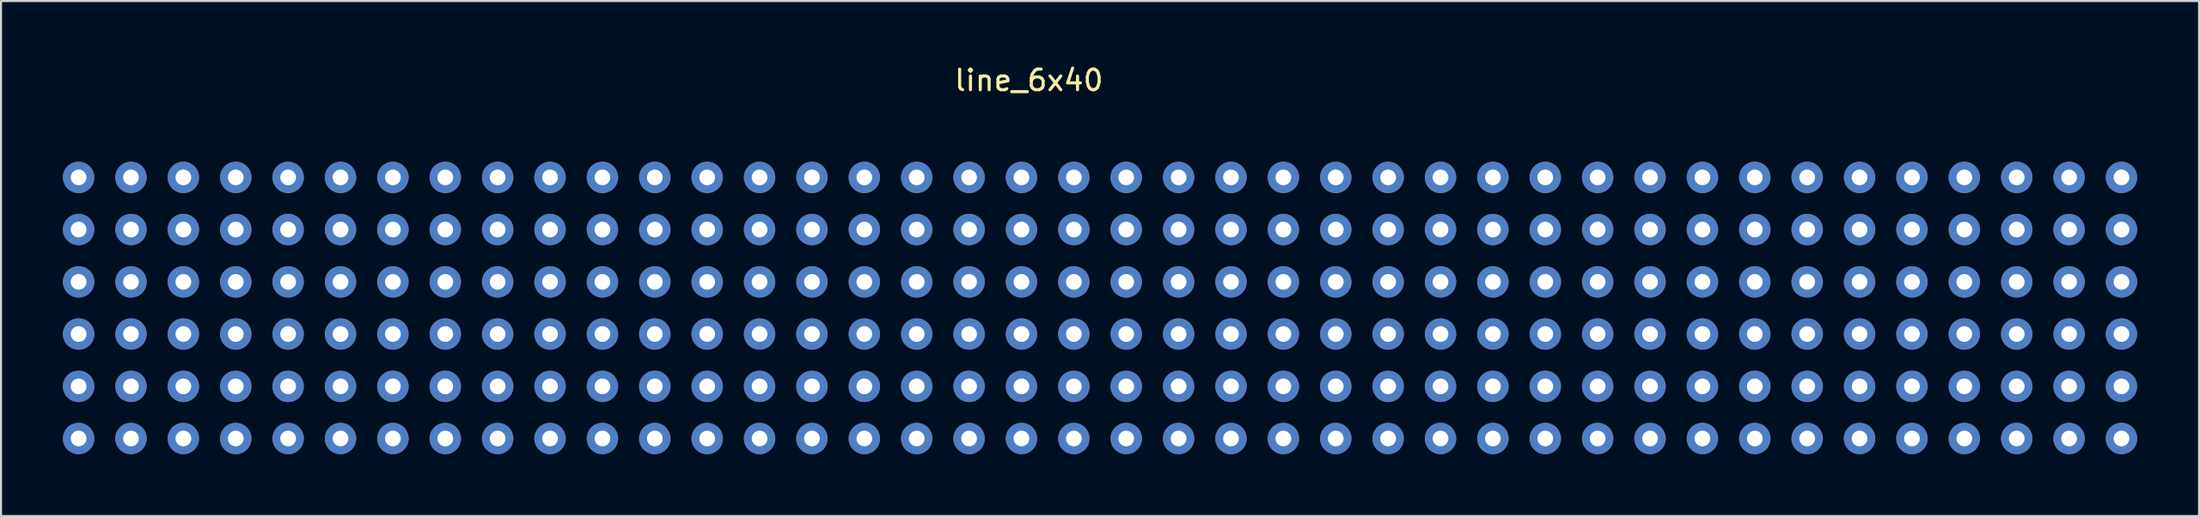
<source format=kicad_pcb>
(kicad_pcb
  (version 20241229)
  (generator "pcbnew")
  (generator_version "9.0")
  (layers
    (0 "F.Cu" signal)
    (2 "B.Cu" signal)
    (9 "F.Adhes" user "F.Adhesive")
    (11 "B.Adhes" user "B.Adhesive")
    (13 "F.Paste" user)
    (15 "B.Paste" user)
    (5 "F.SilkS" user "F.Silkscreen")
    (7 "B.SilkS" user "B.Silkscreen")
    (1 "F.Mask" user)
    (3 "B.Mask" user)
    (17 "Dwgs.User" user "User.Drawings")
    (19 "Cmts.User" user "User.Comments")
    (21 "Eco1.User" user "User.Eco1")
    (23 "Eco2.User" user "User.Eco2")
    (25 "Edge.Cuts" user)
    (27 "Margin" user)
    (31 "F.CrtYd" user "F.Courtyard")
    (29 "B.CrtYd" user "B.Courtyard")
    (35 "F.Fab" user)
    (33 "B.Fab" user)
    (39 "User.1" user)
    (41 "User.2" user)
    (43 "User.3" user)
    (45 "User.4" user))
  (footprint "line_6x40"
    (layer "F.Cu")
    (at 46.842 0.348)
    (property "Reference" "line_6x40" (at 0 0.5 0) (layer "F.SilkS") (effects (font (size 1 1) (thickness 0.15))))
    (attr through_hole)
    (pad "1" thru_hole circle (at -46.08 5.21) (size 1.524 1.524) (drill 0.762) (layers "*.Cu" "*.Mask"))
    (pad "1" thru_hole circle (at -46.08 7.74) (size 1.524 1.524) (drill 0.762) (layers "*.Cu" "*.Mask"))
    (pad "1" thru_hole circle (at -46.08 10.28) (size 1.524 1.524) (drill 0.762) (layers "*.Cu" "*.Mask"))
    (pad "1" thru_hole circle (at -46.08 12.81) (size 1.524 1.524) (drill 0.762) (layers "*.Cu" "*.Mask"))
    (pad "1" thru_hole circle (at -46.08 15.35) (size 1.524 1.524) (drill 0.762) (layers "*.Cu" "*.Mask"))
    (pad "1" thru_hole circle (at -46.08 17.88) (size 1.524 1.524) (drill 0.762) (layers "*.Cu" "*.Mask"))
    (pad "2" thru_hole circle (at -43.54 5.21) (size 1.524 1.524) (drill 0.762) (layers "*.Cu" "*.Mask"))
    (pad "2" thru_hole circle (at -43.54 7.74) (size 1.524 1.524) (drill 0.762) (layers "*.Cu" "*.Mask"))
    (pad "2" thru_hole circle (at -43.54 10.28) (size 1.524 1.524) (drill 0.762) (layers "*.Cu" "*.Mask"))
    (pad "2" thru_hole circle (at -43.54 12.81) (size 1.524 1.524) (drill 0.762) (layers "*.Cu" "*.Mask"))
    (pad "2" thru_hole circle (at -43.54 15.35) (size 1.524 1.524) (drill 0.762) (layers "*.Cu" "*.Mask"))
    (pad "2" thru_hole circle (at -43.54 17.88) (size 1.524 1.524) (drill 0.762) (layers "*.Cu" "*.Mask"))
    (pad "3" thru_hole circle (at -41 5.21) (size 1.524 1.524) (drill 0.762) (layers "*.Cu" "*.Mask"))
    (pad "3" thru_hole circle (at -41 7.74) (size 1.524 1.524) (drill 0.762) (layers "*.Cu" "*.Mask"))
    (pad "3" thru_hole circle (at -41 10.28) (size 1.524 1.524) (drill 0.762) (layers "*.Cu" "*.Mask"))
    (pad "3" thru_hole circle (at -41 12.81) (size 1.524 1.524) (drill 0.762) (layers "*.Cu" "*.Mask"))
    (pad "3" thru_hole circle (at -41 15.35) (size 1.524 1.524) (drill 0.762) (layers "*.Cu" "*.Mask"))
    (pad "3" thru_hole circle (at -41 17.88) (size 1.524 1.524) (drill 0.762) (layers "*.Cu" "*.Mask"))
    (pad "4" thru_hole circle (at -38.46 5.21) (size 1.524 1.524) (drill 0.762) (layers "*.Cu" "*.Mask"))
    (pad "4" thru_hole circle (at -38.46 7.74) (size 1.524 1.524) (drill 0.762) (layers "*.Cu" "*.Mask"))
    (pad "4" thru_hole circle (at -38.46 10.28) (size 1.524 1.524) (drill 0.762) (layers "*.Cu" "*.Mask"))
    (pad "4" thru_hole circle (at -38.46 12.81) (size 1.524 1.524) (drill 0.762) (layers "*.Cu" "*.Mask"))
    (pad "4" thru_hole circle (at -38.46 15.35) (size 1.524 1.524) (drill 0.762) (layers "*.Cu" "*.Mask"))
    (pad "4" thru_hole circle (at -38.46 17.88) (size 1.524 1.524) (drill 0.762) (layers "*.Cu" "*.Mask"))
    (pad "5" thru_hole circle (at -35.92 5.21) (size 1.524 1.524) (drill 0.762) (layers "*.Cu" "*.Mask"))
    (pad "5" thru_hole circle (at -35.92 7.74) (size 1.524 1.524) (drill 0.762) (layers "*.Cu" "*.Mask"))
    (pad "5" thru_hole circle (at -35.92 10.28) (size 1.524 1.524) (drill 0.762) (layers "*.Cu" "*.Mask"))
    (pad "5" thru_hole circle (at -35.92 12.81) (size 1.524 1.524) (drill 0.762) (layers "*.Cu" "*.Mask"))
    (pad "5" thru_hole circle (at -35.92 15.35) (size 1.524 1.524) (drill 0.762) (layers "*.Cu" "*.Mask"))
    (pad "5" thru_hole circle (at -35.92 17.88) (size 1.524 1.524) (drill 0.762) (layers "*.Cu" "*.Mask"))
    (pad "6" thru_hole circle (at -33.38 5.21) (size 1.524 1.524) (drill 0.762) (layers "*.Cu" "*.Mask"))
    (pad "6" thru_hole circle (at -33.38 7.74) (size 1.524 1.524) (drill 0.762) (layers "*.Cu" "*.Mask"))
    (pad "6" thru_hole circle (at -33.38 10.28) (size 1.524 1.524) (drill 0.762) (layers "*.Cu" "*.Mask"))
    (pad "6" thru_hole circle (at -33.38 12.81) (size 1.524 1.524) (drill 0.762) (layers "*.Cu" "*.Mask"))
    (pad "6" thru_hole circle (at -33.38 15.35) (size 1.524 1.524) (drill 0.762) (layers "*.Cu" "*.Mask"))
    (pad "6" thru_hole circle (at -33.38 17.88) (size 1.524 1.524) (drill 0.762) (layers "*.Cu" "*.Mask"))
    (pad "7" thru_hole circle (at -30.84 5.21) (size 1.524 1.524) (drill 0.762) (layers "*.Cu" "*.Mask"))
    (pad "7" thru_hole circle (at -30.84 7.74) (size 1.524 1.524) (drill 0.762) (layers "*.Cu" "*.Mask"))
    (pad "7" thru_hole circle (at -30.84 10.28) (size 1.524 1.524) (drill 0.762) (layers "*.Cu" "*.Mask"))
    (pad "7" thru_hole circle (at -30.84 12.81) (size 1.524 1.524) (drill 0.762) (layers "*.Cu" "*.Mask"))
    (pad "7" thru_hole circle (at -30.84 15.35) (size 1.524 1.524) (drill 0.762) (layers "*.Cu" "*.Mask"))
    (pad "7" thru_hole circle (at -30.84 17.88) (size 1.524 1.524) (drill 0.762) (layers "*.Cu" "*.Mask"))
    (pad "8" thru_hole circle (at -28.3 5.21) (size 1.524 1.524) (drill 0.762) (layers "*.Cu" "*.Mask"))
    (pad "8" thru_hole circle (at -28.3 7.74) (size 1.524 1.524) (drill 0.762) (layers "*.Cu" "*.Mask"))
    (pad "8" thru_hole circle (at -28.3 10.28) (size 1.524 1.524) (drill 0.762) (layers "*.Cu" "*.Mask"))
    (pad "8" thru_hole circle (at -28.3 12.81) (size 1.524 1.524) (drill 0.762) (layers "*.Cu" "*.Mask"))
    (pad "8" thru_hole circle (at -28.3 15.35) (size 1.524 1.524) (drill 0.762) (layers "*.Cu" "*.Mask"))
    (pad "8" thru_hole circle (at -28.3 17.88) (size 1.524 1.524) (drill 0.762) (layers "*.Cu" "*.Mask"))
    (pad "9" thru_hole circle (at -25.76 5.21) (size 1.524 1.524) (drill 0.762) (layers "*.Cu" "*.Mask"))
    (pad "9" thru_hole circle (at -25.76 7.74) (size 1.524 1.524) (drill 0.762) (layers "*.Cu" "*.Mask"))
    (pad "9" thru_hole circle (at -25.76 10.28) (size 1.524 1.524) (drill 0.762) (layers "*.Cu" "*.Mask"))
    (pad "9" thru_hole circle (at -25.76 12.81) (size 1.524 1.524) (drill 0.762) (layers "*.Cu" "*.Mask"))
    (pad "9" thru_hole circle (at -25.76 15.35) (size 1.524 1.524) (drill 0.762) (layers "*.Cu" "*.Mask"))
    (pad "9" thru_hole circle (at -25.76 17.88) (size 1.524 1.524) (drill 0.762) (layers "*.Cu" "*.Mask"))
    (pad "10" thru_hole circle (at -23.22 5.21) (size 1.524 1.524) (drill 0.762) (layers "*.Cu" "*.Mask"))
    (pad "10" thru_hole circle (at -23.22 7.74) (size 1.524 1.524) (drill 0.762) (layers "*.Cu" "*.Mask"))
    (pad "10" thru_hole circle (at -23.22 10.28) (size 1.524 1.524) (drill 0.762) (layers "*.Cu" "*.Mask"))
    (pad "10" thru_hole circle (at -23.22 12.81) (size 1.524 1.524) (drill 0.762) (layers "*.Cu" "*.Mask"))
    (pad "10" thru_hole circle (at -23.22 15.35) (size 1.524 1.524) (drill 0.762) (layers "*.Cu" "*.Mask"))
    (pad "10" thru_hole circle (at -23.22 17.88) (size 1.524 1.524) (drill 0.762) (layers "*.Cu" "*.Mask"))
    (pad "11" thru_hole circle (at -20.68 5.21) (size 1.524 1.524) (drill 0.762) (layers "*.Cu" "*.Mask"))
    (pad "11" thru_hole circle (at -20.68 7.74) (size 1.524 1.524) (drill 0.762) (layers "*.Cu" "*.Mask"))
    (pad "11" thru_hole circle (at -20.68 10.28) (size 1.524 1.524) (drill 0.762) (layers "*.Cu" "*.Mask"))
    (pad "11" thru_hole circle (at -20.68 12.81) (size 1.524 1.524) (drill 0.762) (layers "*.Cu" "*.Mask"))
    (pad "11" thru_hole circle (at -20.68 15.35) (size 1.524 1.524) (drill 0.762) (layers "*.Cu" "*.Mask"))
    (pad "11" thru_hole circle (at -20.68 17.88) (size 1.524 1.524) (drill 0.762) (layers "*.Cu" "*.Mask"))
    (pad "12" thru_hole circle (at -18.14 5.21) (size 1.524 1.524) (drill 0.762) (layers "*.Cu" "*.Mask"))
    (pad "12" thru_hole circle (at -18.14 7.74) (size 1.524 1.524) (drill 0.762) (layers "*.Cu" "*.Mask"))
    (pad "12" thru_hole circle (at -18.14 10.28) (size 1.524 1.524) (drill 0.762) (layers "*.Cu" "*.Mask"))
    (pad "12" thru_hole circle (at -18.14 12.81) (size 1.524 1.524) (drill 0.762) (layers "*.Cu" "*.Mask"))
    (pad "12" thru_hole circle (at -18.14 15.35) (size 1.524 1.524) (drill 0.762) (layers "*.Cu" "*.Mask"))
    (pad "12" thru_hole circle (at -18.14 17.88) (size 1.524 1.524) (drill 0.762) (layers "*.Cu" "*.Mask"))
    (pad "13" thru_hole circle (at -15.6 5.21) (size 1.524 1.524) (drill 0.762) (layers "*.Cu" "*.Mask"))
    (pad "13" thru_hole circle (at -15.6 7.74) (size 1.524 1.524) (drill 0.762) (layers "*.Cu" "*.Mask"))
    (pad "13" thru_hole circle (at -15.6 10.28) (size 1.524 1.524) (drill 0.762) (layers "*.Cu" "*.Mask"))
    (pad "13" thru_hole circle (at -15.6 12.81) (size 1.524 1.524) (drill 0.762) (layers "*.Cu" "*.Mask"))
    (pad "13" thru_hole circle (at -15.6 15.35) (size 1.524 1.524) (drill 0.762) (layers "*.Cu" "*.Mask"))
    (pad "13" thru_hole circle (at -15.6 17.88) (size 1.524 1.524) (drill 0.762) (layers "*.Cu" "*.Mask"))
    (pad "14" thru_hole circle (at -13.06 5.21) (size 1.524 1.524) (drill 0.762) (layers "*.Cu" "*.Mask"))
    (pad "14" thru_hole circle (at -13.06 7.74) (size 1.524 1.524) (drill 0.762) (layers "*.Cu" "*.Mask"))
    (pad "14" thru_hole circle (at -13.06 10.28) (size 1.524 1.524) (drill 0.762) (layers "*.Cu" "*.Mask"))
    (pad "14" thru_hole circle (at -13.06 12.81) (size 1.524 1.524) (drill 0.762) (layers "*.Cu" "*.Mask"))
    (pad "14" thru_hole circle (at -13.06 15.35) (size 1.524 1.524) (drill 0.762) (layers "*.Cu" "*.Mask"))
    (pad "14" thru_hole circle (at -13.06 17.88) (size 1.524 1.524) (drill 0.762) (layers "*.Cu" "*.Mask"))
    (pad "15" thru_hole circle (at -10.52 5.21) (size 1.524 1.524) (drill 0.762) (layers "*.Cu" "*.Mask"))
    (pad "15" thru_hole circle (at -10.52 7.74) (size 1.524 1.524) (drill 0.762) (layers "*.Cu" "*.Mask"))
    (pad "15" thru_hole circle (at -10.52 10.28) (size 1.524 1.524) (drill 0.762) (layers "*.Cu" "*.Mask"))
    (pad "15" thru_hole circle (at -10.52 12.81) (size 1.524 1.524) (drill 0.762) (layers "*.Cu" "*.Mask"))
    (pad "15" thru_hole circle (at -10.52 15.35) (size 1.524 1.524) (drill 0.762) (layers "*.Cu" "*.Mask"))
    (pad "15" thru_hole circle (at -10.52 17.88) (size 1.524 1.524) (drill 0.762) (layers "*.Cu" "*.Mask"))
    (pad "16" thru_hole circle (at -7.98 5.21) (size 1.524 1.524) (drill 0.762) (layers "*.Cu" "*.Mask"))
    (pad "16" thru_hole circle (at -7.98 7.74) (size 1.524 1.524) (drill 0.762) (layers "*.Cu" "*.Mask"))
    (pad "16" thru_hole circle (at -7.98 10.28) (size 1.524 1.524) (drill 0.762) (layers "*.Cu" "*.Mask"))
    (pad "16" thru_hole circle (at -7.98 12.81) (size 1.524 1.524) (drill 0.762) (layers "*.Cu" "*.Mask"))
    (pad "16" thru_hole circle (at -7.98 15.35) (size 1.524 1.524) (drill 0.762) (layers "*.Cu" "*.Mask"))
    (pad "16" thru_hole circle (at -7.98 17.88) (size 1.524 1.524) (drill 0.762) (layers "*.Cu" "*.Mask"))
    (pad "17" thru_hole circle (at -5.44 5.21) (size 1.524 1.524) (drill 0.762) (layers "*.Cu" "*.Mask"))
    (pad "17" thru_hole circle (at -5.44 7.74) (size 1.524 1.524) (drill 0.762) (layers "*.Cu" "*.Mask"))
    (pad "17" thru_hole circle (at -5.44 10.28) (size 1.524 1.524) (drill 0.762) (layers "*.Cu" "*.Mask"))
    (pad "17" thru_hole circle (at -5.44 12.81) (size 1.524 1.524) (drill 0.762) (layers "*.Cu" "*.Mask"))
    (pad "17" thru_hole circle (at -5.44 15.35) (size 1.524 1.524) (drill 0.762) (layers "*.Cu" "*.Mask"))
    (pad "17" thru_hole circle (at -5.44 17.88) (size 1.524 1.524) (drill 0.762) (layers "*.Cu" "*.Mask"))
    (pad "18" thru_hole circle (at -2.9 5.21) (size 1.524 1.524) (drill 0.762) (layers "*.Cu" "*.Mask"))
    (pad "18" thru_hole circle (at -2.9 7.74) (size 1.524 1.524) (drill 0.762) (layers "*.Cu" "*.Mask"))
    (pad "18" thru_hole circle (at -2.9 10.28) (size 1.524 1.524) (drill 0.762) (layers "*.Cu" "*.Mask"))
    (pad "18" thru_hole circle (at -2.9 12.81) (size 1.524 1.524) (drill 0.762) (layers "*.Cu" "*.Mask"))
    (pad "18" thru_hole circle (at -2.9 15.35) (size 1.524 1.524) (drill 0.762) (layers "*.Cu" "*.Mask"))
    (pad "18" thru_hole circle (at -2.9 17.88) (size 1.524 1.524) (drill 0.762) (layers "*.Cu" "*.Mask"))
    (pad "19" thru_hole circle (at -0.36 5.21) (size 1.524 1.524) (drill 0.762) (layers "*.Cu" "*.Mask"))
    (pad "19" thru_hole circle (at -0.36 7.74) (size 1.524 1.524) (drill 0.762) (layers "*.Cu" "*.Mask"))
    (pad "19" thru_hole circle (at -0.36 10.28) (size 1.524 1.524) (drill 0.762) (layers "*.Cu" "*.Mask"))
    (pad "19" thru_hole circle (at -0.36 12.81) (size 1.524 1.524) (drill 0.762) (layers "*.Cu" "*.Mask"))
    (pad "19" thru_hole circle (at -0.36 15.35) (size 1.524 1.524) (drill 0.762) (layers "*.Cu" "*.Mask"))
    (pad "19" thru_hole circle (at -0.36 17.88) (size 1.524 1.524) (drill 0.762) (layers "*.Cu" "*.Mask"))
    (pad "20" thru_hole circle (at 2.18 5.21) (size 1.524 1.524) (drill 0.762) (layers "*.Cu" "*.Mask"))
    (pad "20" thru_hole circle (at 2.18 7.74) (size 1.524 1.524) (drill 0.762) (layers "*.Cu" "*.Mask"))
    (pad "20" thru_hole circle (at 2.18 10.28) (size 1.524 1.524) (drill 0.762) (layers "*.Cu" "*.Mask"))
    (pad "20" thru_hole circle (at 2.18 12.81) (size 1.524 1.524) (drill 0.762) (layers "*.Cu" "*.Mask"))
    (pad "20" thru_hole circle (at 2.18 15.35) (size 1.524 1.524) (drill 0.762) (layers "*.Cu" "*.Mask"))
    (pad "20" thru_hole circle (at 2.18 17.88) (size 1.524 1.524) (drill 0.762) (layers "*.Cu" "*.Mask"))
    (pad "21" thru_hole circle (at 4.72 5.21) (size 1.524 1.524) (drill 0.762) (layers "*.Cu" "*.Mask"))
    (pad "21" thru_hole circle (at 4.72 7.74) (size 1.524 1.524) (drill 0.762) (layers "*.Cu" "*.Mask"))
    (pad "21" thru_hole circle (at 4.72 10.28) (size 1.524 1.524) (drill 0.762) (layers "*.Cu" "*.Mask"))
    (pad "21" thru_hole circle (at 4.72 12.81) (size 1.524 1.524) (drill 0.762) (layers "*.Cu" "*.Mask"))
    (pad "21" thru_hole circle (at 4.72 15.35) (size 1.524 1.524) (drill 0.762) (layers "*.Cu" "*.Mask"))
    (pad "21" thru_hole circle (at 4.72 17.88) (size 1.524 1.524) (drill 0.762) (layers "*.Cu" "*.Mask"))
    (pad "22" thru_hole circle (at 7.26 5.21) (size 1.524 1.524) (drill 0.762) (layers "*.Cu" "*.Mask"))
    (pad "22" thru_hole circle (at 7.26 7.74) (size 1.524 1.524) (drill 0.762) (layers "*.Cu" "*.Mask"))
    (pad "22" thru_hole circle (at 7.26 10.28) (size 1.524 1.524) (drill 0.762) (layers "*.Cu" "*.Mask"))
    (pad "22" thru_hole circle (at 7.26 12.81) (size 1.524 1.524) (drill 0.762) (layers "*.Cu" "*.Mask"))
    (pad "22" thru_hole circle (at 7.26 15.35) (size 1.524 1.524) (drill 0.762) (layers "*.Cu" "*.Mask"))
    (pad "22" thru_hole circle (at 7.26 17.88) (size 1.524 1.524) (drill 0.762) (layers "*.Cu" "*.Mask"))
    (pad "23" thru_hole circle (at 9.8 5.21) (size 1.524 1.524) (drill 0.762) (layers "*.Cu" "*.Mask"))
    (pad "23" thru_hole circle (at 9.8 7.74) (size 1.524 1.524) (drill 0.762) (layers "*.Cu" "*.Mask"))
    (pad "23" thru_hole circle (at 9.8 10.28) (size 1.524 1.524) (drill 0.762) (layers "*.Cu" "*.Mask"))
    (pad "23" thru_hole circle (at 9.8 12.81) (size 1.524 1.524) (drill 0.762) (layers "*.Cu" "*.Mask"))
    (pad "23" thru_hole circle (at 9.8 15.35) (size 1.524 1.524) (drill 0.762) (layers "*.Cu" "*.Mask"))
    (pad "23" thru_hole circle (at 9.8 17.88) (size 1.524 1.524) (drill 0.762) (layers "*.Cu" "*.Mask"))
    (pad "24" thru_hole circle (at 12.34 5.21) (size 1.524 1.524) (drill 0.762) (layers "*.Cu" "*.Mask"))
    (pad "24" thru_hole circle (at 12.34 7.74) (size 1.524 1.524) (drill 0.762) (layers "*.Cu" "*.Mask"))
    (pad "24" thru_hole circle (at 12.34 10.28) (size 1.524 1.524) (drill 0.762) (layers "*.Cu" "*.Mask"))
    (pad "24" thru_hole circle (at 12.34 12.81) (size 1.524 1.524) (drill 0.762) (layers "*.Cu" "*.Mask"))
    (pad "24" thru_hole circle (at 12.34 15.35) (size 1.524 1.524) (drill 0.762) (layers "*.Cu" "*.Mask"))
    (pad "24" thru_hole circle (at 12.34 17.88) (size 1.524 1.524) (drill 0.762) (layers "*.Cu" "*.Mask"))
    (pad "25" thru_hole circle (at 14.88 5.21) (size 1.524 1.524) (drill 0.762) (layers "*.Cu" "*.Mask"))
    (pad "25" thru_hole circle (at 14.88 7.74) (size 1.524 1.524) (drill 0.762) (layers "*.Cu" "*.Mask"))
    (pad "25" thru_hole circle (at 14.88 10.28) (size 1.524 1.524) (drill 0.762) (layers "*.Cu" "*.Mask"))
    (pad "25" thru_hole circle (at 14.88 12.81) (size 1.524 1.524) (drill 0.762) (layers "*.Cu" "*.Mask"))
    (pad "25" thru_hole circle (at 14.88 15.35) (size 1.524 1.524) (drill 0.762) (layers "*.Cu" "*.Mask"))
    (pad "25" thru_hole circle (at 14.88 17.88) (size 1.524 1.524) (drill 0.762) (layers "*.Cu" "*.Mask"))
    (pad "26" thru_hole circle (at 17.42 5.21) (size 1.524 1.524) (drill 0.762) (layers "*.Cu" "*.Mask"))
    (pad "26" thru_hole circle (at 17.42 7.74) (size 1.524 1.524) (drill 0.762) (layers "*.Cu" "*.Mask"))
    (pad "26" thru_hole circle (at 17.42 10.28) (size 1.524 1.524) (drill 0.762) (layers "*.Cu" "*.Mask"))
    (pad "26" thru_hole circle (at 17.42 12.81) (size 1.524 1.524) (drill 0.762) (layers "*.Cu" "*.Mask"))
    (pad "26" thru_hole circle (at 17.42 15.35) (size 1.524 1.524) (drill 0.762) (layers "*.Cu" "*.Mask"))
    (pad "26" thru_hole circle (at 17.42 17.88) (size 1.524 1.524) (drill 0.762) (layers "*.Cu" "*.Mask"))
    (pad "27" thru_hole circle (at 19.96 5.21) (size 1.524 1.524) (drill 0.762) (layers "*.Cu" "*.Mask"))
    (pad "27" thru_hole circle (at 19.96 7.74) (size 1.524 1.524) (drill 0.762) (layers "*.Cu" "*.Mask"))
    (pad "27" thru_hole circle (at 19.96 10.28) (size 1.524 1.524) (drill 0.762) (layers "*.Cu" "*.Mask"))
    (pad "27" thru_hole circle (at 19.96 12.81) (size 1.524 1.524) (drill 0.762) (layers "*.Cu" "*.Mask"))
    (pad "27" thru_hole circle (at 19.96 15.35) (size 1.524 1.524) (drill 0.762) (layers "*.Cu" "*.Mask"))
    (pad "27" thru_hole circle (at 19.96 17.88) (size 1.524 1.524) (drill 0.762) (layers "*.Cu" "*.Mask"))
    (pad "28" thru_hole circle (at 22.5 5.21) (size 1.524 1.524) (drill 0.762) (layers "*.Cu" "*.Mask"))
    (pad "28" thru_hole circle (at 22.5 7.74) (size 1.524 1.524) (drill 0.762) (layers "*.Cu" "*.Mask"))
    (pad "28" thru_hole circle (at 22.5 10.28) (size 1.524 1.524) (drill 0.762) (layers "*.Cu" "*.Mask"))
    (pad "28" thru_hole circle (at 22.5 12.81) (size 1.524 1.524) (drill 0.762) (layers "*.Cu" "*.Mask"))
    (pad "28" thru_hole circle (at 22.5 15.35) (size 1.524 1.524) (drill 0.762) (layers "*.Cu" "*.Mask"))
    (pad "28" thru_hole circle (at 22.5 17.88) (size 1.524 1.524) (drill 0.762) (layers "*.Cu" "*.Mask"))
    (pad "29" thru_hole circle (at 25.04 5.21) (size 1.524 1.524) (drill 0.762) (layers "*.Cu" "*.Mask"))
    (pad "29" thru_hole circle (at 25.04 7.74) (size 1.524 1.524) (drill 0.762) (layers "*.Cu" "*.Mask"))
    (pad "29" thru_hole circle (at 25.04 10.28) (size 1.524 1.524) (drill 0.762) (layers "*.Cu" "*.Mask"))
    (pad "29" thru_hole circle (at 25.04 12.81) (size 1.524 1.524) (drill 0.762) (layers "*.Cu" "*.Mask"))
    (pad "29" thru_hole circle (at 25.04 15.35) (size 1.524 1.524) (drill 0.762) (layers "*.Cu" "*.Mask"))
    (pad "29" thru_hole circle (at 25.04 17.88) (size 1.524 1.524) (drill 0.762) (layers "*.Cu" "*.Mask"))
    (pad "30" thru_hole circle (at 27.58 5.21) (size 1.524 1.524) (drill 0.762) (layers "*.Cu" "*.Mask"))
    (pad "30" thru_hole circle (at 27.58 7.74) (size 1.524 1.524) (drill 0.762) (layers "*.Cu" "*.Mask"))
    (pad "30" thru_hole circle (at 27.58 10.28) (size 1.524 1.524) (drill 0.762) (layers "*.Cu" "*.Mask"))
    (pad "30" thru_hole circle (at 27.58 12.81) (size 1.524 1.524) (drill 0.762) (layers "*.Cu" "*.Mask"))
    (pad "30" thru_hole circle (at 27.58 15.35) (size 1.524 1.524) (drill 0.762) (layers "*.Cu" "*.Mask"))
    (pad "30" thru_hole circle (at 27.58 17.88) (size 1.524 1.524) (drill 0.762) (layers "*.Cu" "*.Mask"))
    (pad "31" thru_hole circle (at 30.12 5.21) (size 1.524 1.524) (drill 0.762) (layers "*.Cu" "*.Mask"))
    (pad "31" thru_hole circle (at 30.12 7.74) (size 1.524 1.524) (drill 0.762) (layers "*.Cu" "*.Mask"))
    (pad "31" thru_hole circle (at 30.12 10.28) (size 1.524 1.524) (drill 0.762) (layers "*.Cu" "*.Mask"))
    (pad "31" thru_hole circle (at 30.12 12.81) (size 1.524 1.524) (drill 0.762) (layers "*.Cu" "*.Mask"))
    (pad "31" thru_hole circle (at 30.12 15.35) (size 1.524 1.524) (drill 0.762) (layers "*.Cu" "*.Mask"))
    (pad "31" thru_hole circle (at 30.12 17.88) (size 1.524 1.524) (drill 0.762) (layers "*.Cu" "*.Mask"))
    (pad "32" thru_hole circle (at 32.66 5.21) (size 1.524 1.524) (drill 0.762) (layers "*.Cu" "*.Mask"))
    (pad "32" thru_hole circle (at 32.66 7.74) (size 1.524 1.524) (drill 0.762) (layers "*.Cu" "*.Mask"))
    (pad "32" thru_hole circle (at 32.66 10.28) (size 1.524 1.524) (drill 0.762) (layers "*.Cu" "*.Mask"))
    (pad "32" thru_hole circle (at 32.66 12.81) (size 1.524 1.524) (drill 0.762) (layers "*.Cu" "*.Mask"))
    (pad "32" thru_hole circle (at 32.66 15.35) (size 1.524 1.524) (drill 0.762) (layers "*.Cu" "*.Mask"))
    (pad "32" thru_hole circle (at 32.66 17.88) (size 1.524 1.524) (drill 0.762) (layers "*.Cu" "*.Mask"))
    (pad "33" thru_hole circle (at 35.2 5.21) (size 1.524 1.524) (drill 0.762) (layers "*.Cu" "*.Mask"))
    (pad "33" thru_hole circle (at 35.2 7.74) (size 1.524 1.524) (drill 0.762) (layers "*.Cu" "*.Mask"))
    (pad "33" thru_hole circle (at 35.2 10.28) (size 1.524 1.524) (drill 0.762) (layers "*.Cu" "*.Mask"))
    (pad "33" thru_hole circle (at 35.2 12.81) (size 1.524 1.524) (drill 0.762) (layers "*.Cu" "*.Mask"))
    (pad "33" thru_hole circle (at 35.2 15.35) (size 1.524 1.524) (drill 0.762) (layers "*.Cu" "*.Mask"))
    (pad "33" thru_hole circle (at 35.2 17.88) (size 1.524 1.524) (drill 0.762) (layers "*.Cu" "*.Mask"))
    (pad "34" thru_hole circle (at 37.74 5.21) (size 1.524 1.524) (drill 0.762) (layers "*.Cu" "*.Mask"))
    (pad "34" thru_hole circle (at 37.74 7.74) (size 1.524 1.524) (drill 0.762) (layers "*.Cu" "*.Mask"))
    (pad "34" thru_hole circle (at 37.74 10.28) (size 1.524 1.524) (drill 0.762) (layers "*.Cu" "*.Mask"))
    (pad "34" thru_hole circle (at 37.74 12.81) (size 1.524 1.524) (drill 0.762) (layers "*.Cu" "*.Mask"))
    (pad "34" thru_hole circle (at 37.74 15.35) (size 1.524 1.524) (drill 0.762) (layers "*.Cu" "*.Mask"))
    (pad "34" thru_hole circle (at 37.74 17.88) (size 1.524 1.524) (drill 0.762) (layers "*.Cu" "*.Mask"))
    (pad "35" thru_hole circle (at 40.28 5.21) (size 1.524 1.524) (drill 0.762) (layers "*.Cu" "*.Mask"))
    (pad "35" thru_hole circle (at 40.28 7.74) (size 1.524 1.524) (drill 0.762) (layers "*.Cu" "*.Mask"))
    (pad "35" thru_hole circle (at 40.28 10.28) (size 1.524 1.524) (drill 0.762) (layers "*.Cu" "*.Mask"))
    (pad "35" thru_hole circle (at 40.28 12.81) (size 1.524 1.524) (drill 0.762) (layers "*.Cu" "*.Mask"))
    (pad "35" thru_hole circle (at 40.28 15.35) (size 1.524 1.524) (drill 0.762) (layers "*.Cu" "*.Mask"))
    (pad "35" thru_hole circle (at 40.28 17.88) (size 1.524 1.524) (drill 0.762) (layers "*.Cu" "*.Mask"))
    (pad "36" thru_hole circle (at 42.82 5.21) (size 1.524 1.524) (drill 0.762) (layers "*.Cu" "*.Mask"))
    (pad "36" thru_hole circle (at 42.82 7.74) (size 1.524 1.524) (drill 0.762) (layers "*.Cu" "*.Mask"))
    (pad "36" thru_hole circle (at 42.82 10.28) (size 1.524 1.524) (drill 0.762) (layers "*.Cu" "*.Mask"))
    (pad "36" thru_hole circle (at 42.82 12.81) (size 1.524 1.524) (drill 0.762) (layers "*.Cu" "*.Mask"))
    (pad "36" thru_hole circle (at 42.82 15.35) (size 1.524 1.524) (drill 0.762) (layers "*.Cu" "*.Mask"))
    (pad "36" thru_hole circle (at 42.82 17.88) (size 1.524 1.524) (drill 0.762) (layers "*.Cu" "*.Mask"))
    (pad "37" thru_hole circle (at 45.36 5.21) (size 1.524 1.524) (drill 0.762) (layers "*.Cu" "*.Mask"))
    (pad "37" thru_hole circle (at 45.36 7.74) (size 1.524 1.524) (drill 0.762) (layers "*.Cu" "*.Mask"))
    (pad "37" thru_hole circle (at 45.36 10.28) (size 1.524 1.524) (drill 0.762) (layers "*.Cu" "*.Mask"))
    (pad "37" thru_hole circle (at 45.36 12.81) (size 1.524 1.524) (drill 0.762) (layers "*.Cu" "*.Mask"))
    (pad "37" thru_hole circle (at 45.36 15.35) (size 1.524 1.524) (drill 0.762) (layers "*.Cu" "*.Mask"))
    (pad "37" thru_hole circle (at 45.36 17.88) (size 1.524 1.524) (drill 0.762) (layers "*.Cu" "*.Mask"))
    (pad "38" thru_hole circle (at 47.9 5.21) (size 1.524 1.524) (drill 0.762) (layers "*.Cu" "*.Mask"))
    (pad "38" thru_hole circle (at 47.9 7.74) (size 1.524 1.524) (drill 0.762) (layers "*.Cu" "*.Mask"))
    (pad "38" thru_hole circle (at 47.9 10.28) (size 1.524 1.524) (drill 0.762) (layers "*.Cu" "*.Mask"))
    (pad "38" thru_hole circle (at 47.9 12.81) (size 1.524 1.524) (drill 0.762) (layers "*.Cu" "*.Mask"))
    (pad "38" thru_hole circle (at 47.9 15.35) (size 1.524 1.524) (drill 0.762) (layers "*.Cu" "*.Mask"))
    (pad "38" thru_hole circle (at 47.9 17.88) (size 1.524 1.524) (drill 0.762) (layers "*.Cu" "*.Mask"))
    (pad "39" thru_hole circle (at 50.44 5.21) (size 1.524 1.524) (drill 0.762) (layers "*.Cu" "*.Mask"))
    (pad "39" thru_hole circle (at 50.44 7.74) (size 1.524 1.524) (drill 0.762) (layers "*.Cu" "*.Mask"))
    (pad "39" thru_hole circle (at 50.44 10.28) (size 1.524 1.524) (drill 0.762) (layers "*.Cu" "*.Mask"))
    (pad "39" thru_hole circle (at 50.44 12.81) (size 1.524 1.524) (drill 0.762) (layers "*.Cu" "*.Mask"))
    (pad "39" thru_hole circle (at 50.44 15.35) (size 1.524 1.524) (drill 0.762) (layers "*.Cu" "*.Mask"))
    (pad "39" thru_hole circle (at 50.44 17.88) (size 1.524 1.524) (drill 0.762) (layers "*.Cu" "*.Mask"))
    (pad "40" thru_hole circle (at 52.98 5.21) (size 1.524 1.524) (drill 0.762) (layers "*.Cu" "*.Mask"))
    (pad "40" thru_hole circle (at 52.98 7.74) (size 1.524 1.524) (drill 0.762) (layers "*.Cu" "*.Mask"))
    (pad "40" thru_hole circle (at 52.98 10.28) (size 1.524 1.524) (drill 0.762) (layers "*.Cu" "*.Mask"))
    (pad "40" thru_hole circle (at 52.98 12.81) (size 1.524 1.524) (drill 0.762) (layers "*.Cu" "*.Mask"))
    (pad "40" thru_hole circle (at 52.98 15.35) (size 1.524 1.524) (drill 0.762) (layers "*.Cu" "*.Mask"))
    (pad "40" thru_hole circle (at 52.98 17.88) (size 1.524 1.524) (drill 0.762) (layers "*.Cu" "*.Mask")))
  (gr_rect
    (start -3 -3)
    (end 103.584 21.99)
    (stroke (width 0.1) (type default))
    (fill no)
    (layer "Edge.Cuts")))
</source>
